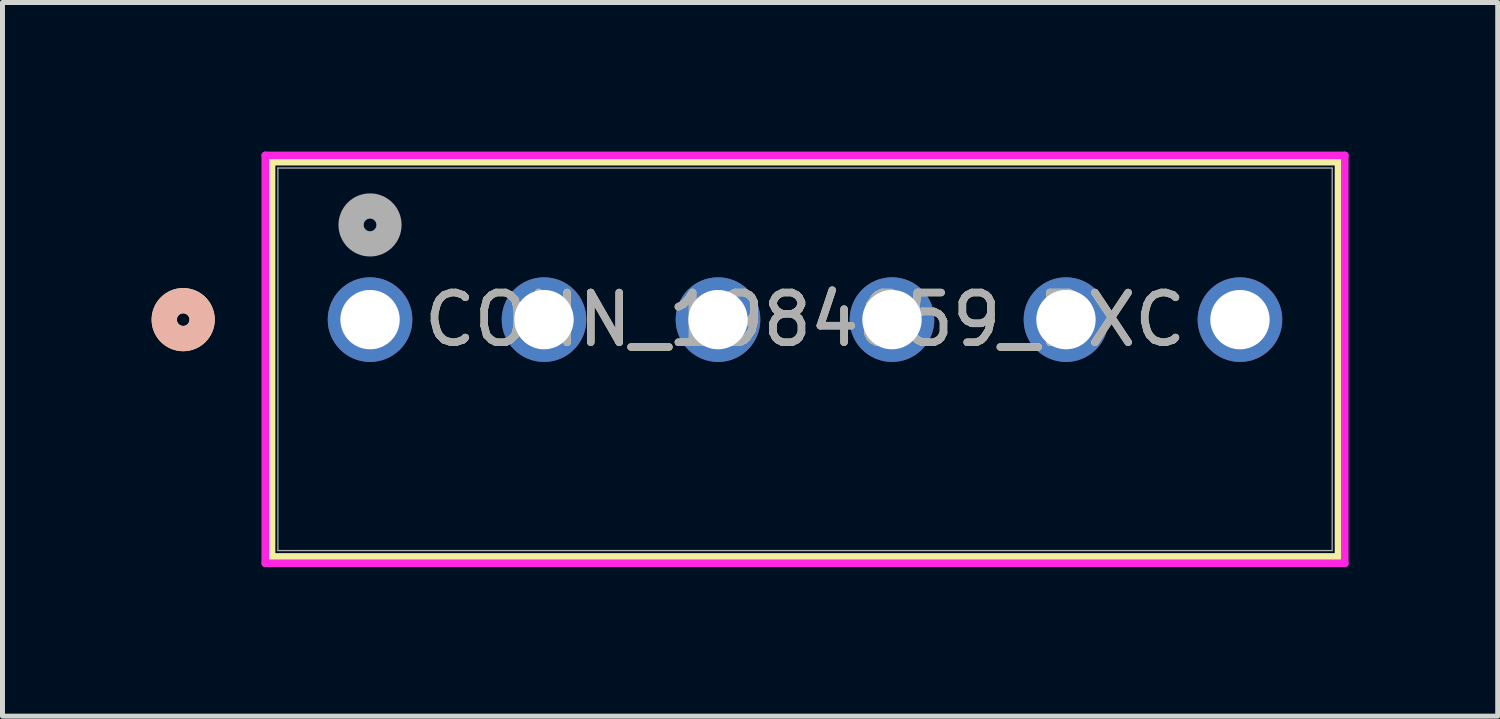
<source format=kicad_pcb>
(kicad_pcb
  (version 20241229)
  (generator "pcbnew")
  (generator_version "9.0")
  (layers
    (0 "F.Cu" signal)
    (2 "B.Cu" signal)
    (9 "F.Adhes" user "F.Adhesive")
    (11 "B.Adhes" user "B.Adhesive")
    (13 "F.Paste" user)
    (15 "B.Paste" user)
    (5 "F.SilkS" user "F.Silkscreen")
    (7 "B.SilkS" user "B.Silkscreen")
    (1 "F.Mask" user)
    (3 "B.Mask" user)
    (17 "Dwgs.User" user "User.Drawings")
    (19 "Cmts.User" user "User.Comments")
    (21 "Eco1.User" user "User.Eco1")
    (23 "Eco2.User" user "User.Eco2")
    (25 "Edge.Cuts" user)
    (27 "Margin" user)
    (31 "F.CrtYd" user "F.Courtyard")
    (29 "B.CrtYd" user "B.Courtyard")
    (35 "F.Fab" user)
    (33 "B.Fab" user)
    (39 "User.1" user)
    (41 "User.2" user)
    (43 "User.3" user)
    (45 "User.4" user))
  (footprint "CONN_1984659_PXC"
    (layer "F.Cu")
    (at 4.394 3.38)
    (property "Reference" "CONN_1984659_PXC" (at 8.75 0 0) (unlocked yes) (layer "F.SilkS") (effects (font (size 1 1) (thickness 0.15))))
    (attr through_hole)
    (fp_line (start -1.981 -3.177) (end -1.981 4.773) (stroke (width 0.152) (type solid)) (layer "F.SilkS"))
    (fp_line (start -1.981 4.773) (end 19.482 4.773) (stroke (width 0.152) (type solid)) (layer "F.SilkS"))
    (fp_line (start 19.482 -3.177) (end -1.981 -3.177) (stroke (width 0.152) (type solid)) (layer "F.SilkS"))
    (fp_line (start 19.482 4.773) (end 19.482 -3.177) (stroke (width 0.152) (type solid)) (layer "F.SilkS"))
    (fp_circle (center -3.759 0) (end -3.378 0) (stroke (width 0.508) (type solid)) (fill no) (layer "F.SilkS"))
    (fp_circle (center -3.759 0) (end -3.378 0) (stroke (width 0.508) (type solid)) (fill no) (layer "B.SilkS"))
    (fp_line (start -2.108 -3.304) (end -2.108 4.9) (stroke (width 0.152) (type solid)) (layer "F.CrtYd"))
    (fp_line (start -2.108 4.9) (end 19.609 4.9) (stroke (width 0.152) (type solid)) (layer "F.CrtYd"))
    (fp_line (start 19.609 -3.304) (end -2.108 -3.304) (stroke (width 0.152) (type solid)) (layer "F.CrtYd"))
    (fp_line (start 19.609 4.9) (end 19.609 -3.304) (stroke (width 0.152) (type solid)) (layer "F.CrtYd"))
    (fp_line (start -1.854 -3.05) (end -1.854 4.646) (stroke (width 0.025) (type solid)) (layer "F.Fab"))
    (fp_line (start -1.854 4.646) (end 19.355 4.646) (stroke (width 0.025) (type solid)) (layer "F.Fab"))
    (fp_line (start 19.355 -3.05) (end -1.854 -3.05) (stroke (width 0.025) (type solid)) (layer "F.Fab"))
    (fp_line (start 19.355 4.646) (end 19.355 -3.05) (stroke (width 0.025) (type solid)) (layer "F.Fab"))
    (fp_circle (center 0 -1.905) (end 0.381 -1.905) (stroke (width 0.508) (type solid)) (fill no) (layer "F.Fab"))
    (fp_text user "${REFERENCE}" (at 8.75 0 0) (unlocked yes) (layer "F.Fab") (effects (font (size 1 1) (thickness 0.15))))
    (pad "1" thru_hole circle (at 0 0) (size 1.702 1.702) (drill 1.194) (layers "*.Cu" "*.Mask"))
    (pad "2" thru_hole circle (at 3.5 0) (size 1.702 1.702) (drill 1.194) (layers "*.Cu" "*.Mask"))
    (pad "3" thru_hole circle (at 7 0) (size 1.702 1.702) (drill 1.194) (layers "*.Cu" "*.Mask"))
    (pad "4" thru_hole circle (at 10.5 0) (size 1.702 1.702) (drill 1.194) (layers "*.Cu" "*.Mask"))
    (pad "5" thru_hole circle (at 14 0) (size 1.702 1.702) (drill 1.194) (layers "*.Cu" "*.Mask"))
    (pad "6" thru_hole circle (at 17.5 0) (size 1.702 1.702) (drill 1.194) (layers "*.Cu" "*.Mask")))
  (gr_rect
    (start -3 -3)
    (end 27.079 11.357)
    (stroke (width 0.1) (type default))
    (fill no)
    (layer "Edge.Cuts")))
</source>
